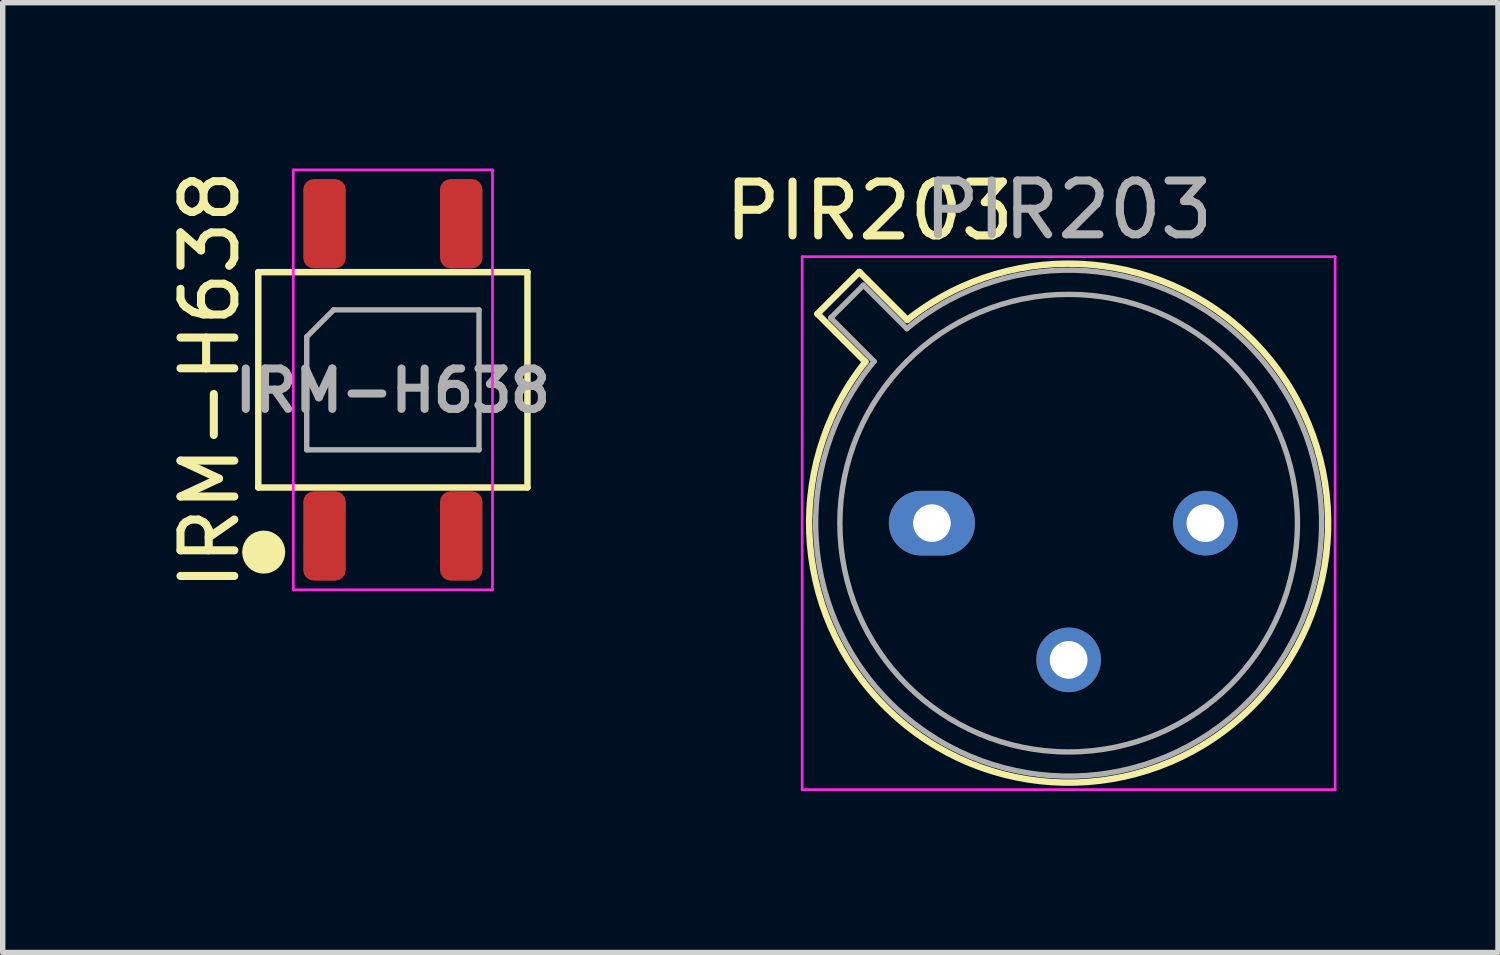
<source format=kicad_pcb>
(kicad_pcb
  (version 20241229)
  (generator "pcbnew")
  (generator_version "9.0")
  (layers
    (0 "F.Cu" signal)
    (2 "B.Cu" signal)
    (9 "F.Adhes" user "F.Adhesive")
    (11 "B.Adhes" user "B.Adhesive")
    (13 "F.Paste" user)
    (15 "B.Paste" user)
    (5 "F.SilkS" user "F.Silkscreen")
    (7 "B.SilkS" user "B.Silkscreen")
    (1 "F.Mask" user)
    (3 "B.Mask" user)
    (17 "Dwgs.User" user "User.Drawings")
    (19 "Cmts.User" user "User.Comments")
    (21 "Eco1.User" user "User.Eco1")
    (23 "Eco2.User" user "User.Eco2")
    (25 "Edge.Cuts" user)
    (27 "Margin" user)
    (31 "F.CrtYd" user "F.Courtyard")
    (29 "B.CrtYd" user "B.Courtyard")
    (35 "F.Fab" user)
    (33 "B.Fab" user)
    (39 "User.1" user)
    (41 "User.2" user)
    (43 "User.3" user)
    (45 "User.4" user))
  (footprint "PIR203"
    (layer "F.Cu")
    (at 16.801 6.668)
    (property "Reference" "PIR203" (at -3.7 -5.8 0) (unlocked yes) (layer "F.SilkS") (effects (font (size 1 1) (thickness 0.15))))
    (attr smd)
    (fp_line (start -4.666 -3.888) (end -3.775 -2.997) (stroke (width 0.12) (type solid)) (layer "F.SilkS"))
    (fp_line (start -3.888 -4.666) (end -4.666 -3.888) (stroke (width 0.12) (type solid)) (layer "F.SilkS"))
    (fp_line (start -2.997 -3.775) (end -3.888 -4.666) (stroke (width 0.12) (type solid)) (layer "F.SilkS"))
    (fp_arc (start -2.997084 -3.774902) (mid 3.408125 3.408384) (end -3.774674 -2.997371) (stroke (width 0.12) (type solid)) (layer "F.SilkS"))
    (fp_line (start -4.95 -4.95) (end -4.95 4.95) (stroke (width 0.05) (type solid)) (layer "F.CrtYd"))
    (fp_line (start -4.95 4.95) (end 4.95 4.95) (stroke (width 0.05) (type solid)) (layer "F.CrtYd"))
    (fp_line (start 4.95 -4.95) (end -4.95 -4.95) (stroke (width 0.05) (type solid)) (layer "F.CrtYd"))
    (fp_line (start 4.95 4.95) (end 4.95 -4.95) (stroke (width 0.05) (type solid)) (layer "F.CrtYd"))
    (fp_line (start -4.42 -3.812) (end -3.614 -3.005) (stroke (width 0.1) (type solid)) (layer "F.Fab"))
    (fp_line (start -3.812 -4.42) (end -4.42 -3.812) (stroke (width 0.1) (type solid)) (layer "F.Fab"))
    (fp_line (start -3.005 -3.614) (end -3.812 -4.42) (stroke (width 0.1) (type solid)) (layer "F.Fab"))
    (fp_arc (start -3.005408 -3.61352) (mid 3.323443 3.323361) (end -3.613594 -3.005319) (stroke (width 0.1) (type solid)) (layer "F.Fab"))
    (fp_circle (center 0 0) (end 4.25 0) (stroke (width 0.1) (type solid)) (fill no) (layer "F.Fab"))
    (fp_text user "${REFERENCE}" (at 0 -5.82 0) (layer "F.Fab") (effects (font (size 1 1) (thickness 0.15))))
    (pad "1" thru_hole oval (at -2.54 0) (size 1.6 1.2) (drill 0.7) (layers "*.Cu" "*.Mask"))
    (pad "2" thru_hole oval (at 0 2.54) (size 1.2 1.2) (drill 0.7) (layers "*.Cu" "*.Mask"))
    (pad "3" thru_hole oval (at 2.54 0) (size 1.2 1.2) (drill 0.7) (layers "*.Cu" "*.Mask")))
  (footprint "IRM-H638"
    (layer "F.Cu")
    (at 4.248 4.006)
    (property "Reference" "IRM-H638" (at -3.4 0 90) (layer "F.SilkS") (effects (font (size 1 1) (thickness 0.15))))
    (attr smd)
    (fp_line (start -2.5 2) (end -2.5 -2) (stroke (width 0.12) (type solid)) (layer "F.SilkS"))
    (fp_line (start -2.5 2) (end 2.5 2) (stroke (width 0.12) (type solid)) (layer "F.SilkS"))
    (fp_line (start 2.5 -2) (end -2.5 -2) (stroke (width 0.12) (type solid)) (layer "F.SilkS"))
    (fp_line (start 2.5 2) (end 2.5 -2) (stroke (width 0.12) (type solid)) (layer "F.SilkS"))
    (fp_circle (center -2.4 3.2) (end -2.2 3.2) (stroke (width 0.4) (type solid)) (fill no) (layer "F.SilkS"))
    (fp_line (start -1.85 -3.9) (end -1.85 3.9) (stroke (width 0.05) (type solid)) (layer "F.CrtYd"))
    (fp_line (start -1.85 -3.9) (end 1.85 -3.9) (stroke (width 0.05) (type solid)) (layer "F.CrtYd"))
    (fp_line (start 1.85 3.9) (end -1.85 3.9) (stroke (width 0.05) (type solid)) (layer "F.CrtYd"))
    (fp_line (start 1.85 3.9) (end 1.85 -3.9) (stroke (width 0.05) (type solid)) (layer "F.CrtYd"))
    (fp_line (start -1.6 -0.8) (end -1.1 -1.3) (stroke (width 0.1) (type solid)) (layer "F.Fab"))
    (fp_line (start -1.6 1.3) (end -1.6 -0.8) (stroke (width 0.1) (type solid)) (layer "F.Fab"))
    (fp_line (start -1.1 -1.3) (end 1.6 -1.3) (stroke (width 0.1) (type solid)) (layer "F.Fab"))
    (fp_line (start 1.6 -1.3) (end 1.6 1.3) (stroke (width 0.1) (type solid)) (layer "F.Fab"))
    (fp_line (start 1.6 1.3) (end -1.6 1.3) (stroke (width 0.1) (type solid)) (layer "F.Fab"))
    (fp_text user "${REFERENCE}" (at 0 0.2 0) (layer "F.Fab") (effects (font (size 0.75 0.75) (thickness 0.15))))
    (pad "1" smd roundrect (at -1.27 2.9) (size 0.79 1.66) (layers "F.Cu" "F.Mask" "F.Paste") (roundrect_rratio 0.25))
    (pad "2" smd roundrect (at 1.27 2.9) (size 0.79 1.66) (layers "F.Cu" "F.Mask" "F.Paste") (roundrect_rratio 0.25))
    (pad "3" smd roundrect (at 1.27 -2.9) (size 0.79 1.66) (layers "F.Cu" "F.Mask" "F.Paste") (roundrect_rratio 0.25))
    (pad "4" smd roundrect (at -1.27 -2.9) (size 0.79 1.66) (layers "F.Cu" "F.Mask" "F.Paste") (roundrect_rratio 0.25)))
  (gr_rect
    (start -3 -3)
    (end 24.776 14.643)
    (stroke (width 0.1) (type default))
    (fill no)
    (layer "Edge.Cuts")))
</source>
